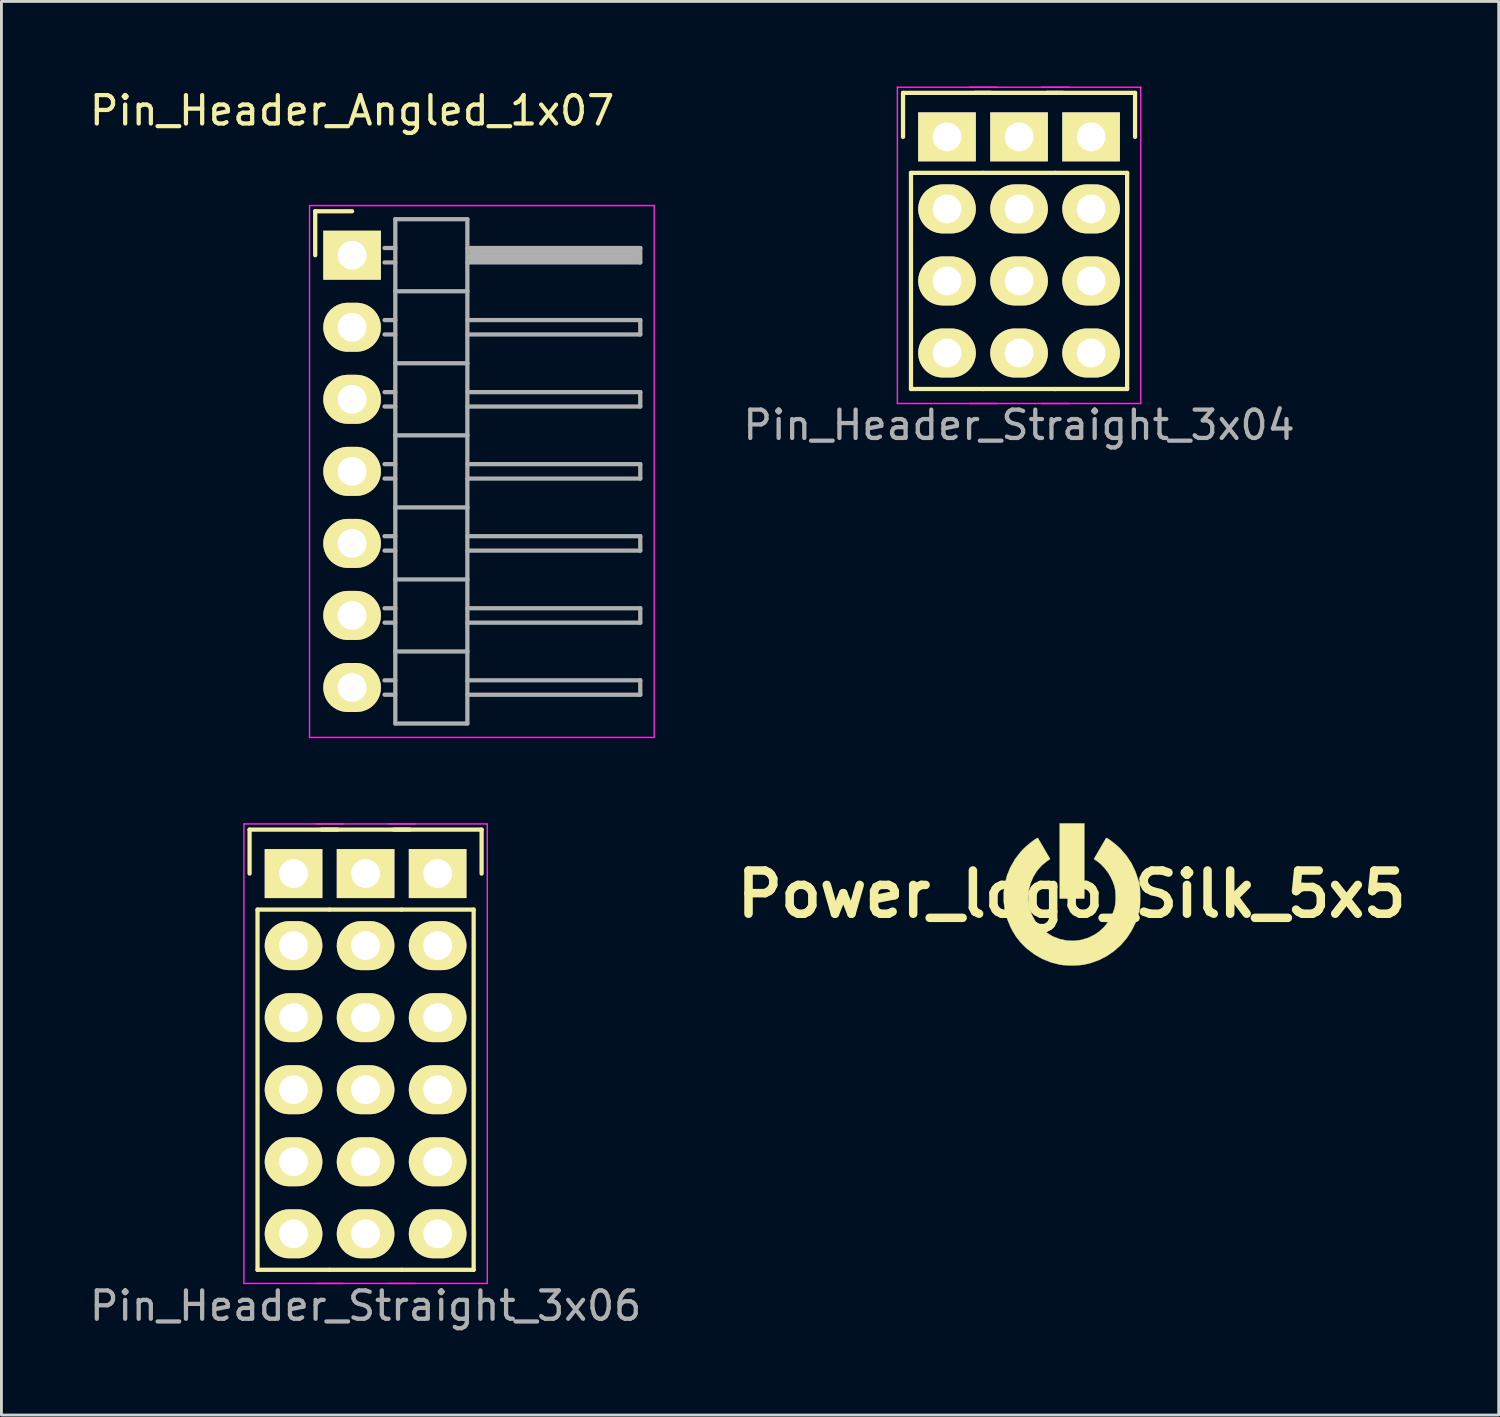
<source format=kicad_pcb>
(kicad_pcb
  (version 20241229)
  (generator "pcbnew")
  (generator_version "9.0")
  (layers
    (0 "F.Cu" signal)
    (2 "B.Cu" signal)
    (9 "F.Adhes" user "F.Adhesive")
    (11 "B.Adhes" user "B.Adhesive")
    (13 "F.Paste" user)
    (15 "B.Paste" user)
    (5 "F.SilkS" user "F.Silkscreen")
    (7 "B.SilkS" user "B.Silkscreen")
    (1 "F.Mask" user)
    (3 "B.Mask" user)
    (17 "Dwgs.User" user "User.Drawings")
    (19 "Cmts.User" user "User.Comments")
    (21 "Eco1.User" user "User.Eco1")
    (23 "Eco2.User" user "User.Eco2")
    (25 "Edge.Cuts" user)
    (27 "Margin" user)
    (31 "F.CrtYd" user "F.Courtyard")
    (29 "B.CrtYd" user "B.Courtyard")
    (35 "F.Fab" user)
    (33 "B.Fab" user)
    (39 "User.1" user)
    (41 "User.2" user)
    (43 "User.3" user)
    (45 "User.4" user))
  (footprint "Pin_Header_Straight_3x04"
    (layer "F.Cu")
    (at 32.877 4.315)
    (property "Reference" "Pin_Header_Straight_3x04" (at 0 7.62 0) (layer "F.Fab") (effects (font (size 1 1) (thickness 0.15))))
    (attr through_hole)
    (fp_line (start -4.09 -4.09) (end -0.99 -4.09) (stroke (width 0.15) (type solid)) (layer "F.SilkS"))
    (fp_line (start -4.09 -2.54) (end -4.09 -4.09) (stroke (width 0.15) (type solid)) (layer "F.SilkS"))
    (fp_line (start -3.81 -1.27) (end -3.81 6.35) (stroke (width 0.15) (type solid)) (layer "F.SilkS"))
    (fp_line (start -3.81 6.35) (end -1.27 6.35) (stroke (width 0.15) (type solid)) (layer "F.SilkS"))
    (fp_line (start -1.55 -4.09) (end 1.55 -4.09) (stroke (width 0.15) (type solid)) (layer "F.SilkS"))
    (fp_line (start -1.27 -1.27) (end -3.81 -1.27) (stroke (width 0.15) (type solid)) (layer "F.SilkS"))
    (fp_line (start -1.27 6.35) (end 1.27 6.35) (stroke (width 0.15) (type solid)) (layer "F.SilkS"))
    (fp_line (start 0.99 -4.09) (end 4.09 -4.09) (stroke (width 0.15) (type solid)) (layer "F.SilkS"))
    (fp_line (start 1.27 -1.27) (end -1.27 -1.27) (stroke (width 0.15) (type solid)) (layer "F.SilkS"))
    (fp_line (start 1.27 6.35) (end 3.81 6.35) (stroke (width 0.15) (type solid)) (layer "F.SilkS"))
    (fp_line (start 3.81 -1.27) (end 1.27 -1.27) (stroke (width 0.15) (type solid)) (layer "F.SilkS"))
    (fp_line (start 3.81 -1.27) (end 3.81 6.35) (stroke (width 0.15) (type solid)) (layer "F.SilkS"))
    (fp_line (start 4.09 -4.09) (end 4.09 -2.54) (stroke (width 0.15) (type solid)) (layer "F.SilkS"))
    (fp_line (start -4.29 -4.29) (end -4.29 6.86) (stroke (width 0.05) (type solid)) (layer "F.CrtYd"))
    (fp_line (start -4.29 -4.29) (end -0.79 -4.29) (stroke (width 0.05) (type solid)) (layer "F.CrtYd"))
    (fp_line (start -4.29 6.86) (end -0.79 6.86) (stroke (width 0.05) (type solid)) (layer "F.CrtYd"))
    (fp_line (start -1.75 -4.29) (end 1.75 -4.29) (stroke (width 0.05) (type solid)) (layer "F.CrtYd"))
    (fp_line (start -1.75 6.86) (end 1.75 6.86) (stroke (width 0.05) (type solid)) (layer "F.CrtYd"))
    (fp_line (start 0.79 -4.29) (end 4.29 -4.29) (stroke (width 0.05) (type solid)) (layer "F.CrtYd"))
    (fp_line (start 0.79 6.86) (end 4.29 6.86) (stroke (width 0.05) (type solid)) (layer "F.CrtYd"))
    (fp_line (start 4.29 -4.29) (end 4.29 6.86) (stroke (width 0.05) (type solid)) (layer "F.CrtYd"))
    (pad "1" thru_hole rect (at -2.54 -2.54) (size 2.032 1.727) (drill 1.016) (layers "*.Cu" "*.Mask" "F.SilkS"))
    (pad "2" thru_hole oval (at -2.54 0) (size 2.032 1.727) (drill 1.016) (layers "*.Cu" "*.Mask" "F.SilkS"))
    (pad "3" thru_hole oval (at -2.54 2.54) (size 2.032 1.727) (drill 1.016) (layers "*.Cu" "*.Mask" "F.SilkS"))
    (pad "4" thru_hole oval (at -2.54 5.08) (size 2.032 1.727) (drill 1.016) (layers "*.Cu" "*.Mask" "F.SilkS"))
    (pad "5" thru_hole rect (at 0 -2.54) (size 2.032 1.727) (drill 1.016) (layers "*.Cu" "*.Mask" "F.SilkS"))
    (pad "6" thru_hole oval (at 0 0) (size 2.032 1.727) (drill 1.016) (layers "*.Cu" "*.Mask" "F.SilkS"))
    (pad "7" thru_hole oval (at 0 2.54) (size 2.032 1.727) (drill 1.016) (layers "*.Cu" "*.Mask" "F.SilkS"))
    (pad "8" thru_hole oval (at 0 5.08) (size 2.032 1.727) (drill 1.016) (layers "*.Cu" "*.Mask" "F.SilkS"))
    (pad "9" thru_hole rect (at 2.54 -2.54) (size 2.032 1.727) (drill 1.016) (layers "*.Cu" "*.Mask" "F.SilkS"))
    (pad "10" thru_hole oval (at 2.54 0) (size 2.032 1.727) (drill 1.016) (layers "*.Cu" "*.Mask" "F.SilkS"))
    (pad "11" thru_hole oval (at 2.54 2.54) (size 2.032 1.727) (drill 1.016) (layers "*.Cu" "*.Mask" "F.SilkS"))
    (pad "12" thru_hole oval (at 2.54 5.08) (size 2.032 1.727) (drill 1.016) (layers "*.Cu" "*.Mask" "F.SilkS")))
  (footprint "Pin_Header_Straight_3x06"
    (layer "F.Cu")
    (at 9.839 35.368)
    (property "Reference" "Pin_Header_Straight_3x06" (at 0 7.62 0) (layer "F.Fab") (effects (font (size 1 1) (thickness 0.15))))
    (attr through_hole)
    (fp_line (start -4.09 -9.17) (end -0.99 -9.17) (stroke (width 0.15) (type solid)) (layer "F.SilkS"))
    (fp_line (start -4.09 -7.62) (end -4.09 -9.17) (stroke (width 0.15) (type solid)) (layer "F.SilkS"))
    (fp_line (start -3.81 6.35) (end -3.81 -6.35) (stroke (width 0.15) (type solid)) (layer "F.SilkS"))
    (fp_line (start -1.55 -9.17) (end 1.55 -9.17) (stroke (width 0.15) (type solid)) (layer "F.SilkS"))
    (fp_line (start -1.27 -6.35) (end -3.81 -6.35) (stroke (width 0.15) (type solid)) (layer "F.SilkS"))
    (fp_line (start -1.27 6.35) (end -3.81 6.35) (stroke (width 0.15) (type solid)) (layer "F.SilkS"))
    (fp_line (start 0.99 -9.17) (end 4.09 -9.17) (stroke (width 0.15) (type solid)) (layer "F.SilkS"))
    (fp_line (start 1.27 -6.35) (end -1.27 -6.35) (stroke (width 0.15) (type solid)) (layer "F.SilkS"))
    (fp_line (start 1.27 6.35) (end -1.27 6.35) (stroke (width 0.15) (type solid)) (layer "F.SilkS"))
    (fp_line (start 3.81 -6.35) (end 1.27 -6.35) (stroke (width 0.15) (type solid)) (layer "F.SilkS"))
    (fp_line (start 3.81 -6.35) (end 3.81 6.35) (stroke (width 0.15) (type solid)) (layer "F.SilkS"))
    (fp_line (start 3.81 6.35) (end 1.27 6.35) (stroke (width 0.15) (type solid)) (layer "F.SilkS"))
    (fp_line (start 4.09 -9.17) (end 4.09 -7.62) (stroke (width 0.15) (type solid)) (layer "F.SilkS"))
    (fp_line (start -4.29 -9.37) (end -4.29 6.83) (stroke (width 0.05) (type solid)) (layer "F.CrtYd"))
    (fp_line (start -4.29 -9.37) (end -0.79 -9.37) (stroke (width 0.05) (type solid)) (layer "F.CrtYd"))
    (fp_line (start -4.29 6.83) (end -0.79 6.83) (stroke (width 0.05) (type solid)) (layer "F.CrtYd"))
    (fp_line (start -1.75 -9.37) (end 1.75 -9.37) (stroke (width 0.05) (type solid)) (layer "F.CrtYd"))
    (fp_line (start -1.75 6.83) (end 1.75 6.83) (stroke (width 0.05) (type solid)) (layer "F.CrtYd"))
    (fp_line (start 0.79 -9.37) (end 4.29 -9.37) (stroke (width 0.05) (type solid)) (layer "F.CrtYd"))
    (fp_line (start 0.79 6.83) (end 4.29 6.83) (stroke (width 0.05) (type solid)) (layer "F.CrtYd"))
    (fp_line (start 4.29 -9.37) (end 4.29 6.83) (stroke (width 0.05) (type solid)) (layer "F.CrtYd"))
    (pad "1" thru_hole rect (at -2.54 -7.62) (size 2.032 1.727) (drill 1.016) (layers "*.Cu" "*.Mask" "F.SilkS"))
    (pad "2" thru_hole oval (at -2.54 -5.08) (size 2.032 1.727) (drill 1.016) (layers "*.Cu" "*.Mask" "F.SilkS"))
    (pad "3" thru_hole oval (at -2.54 -2.54) (size 2.032 1.727) (drill 1.016) (layers "*.Cu" "*.Mask" "F.SilkS"))
    (pad "4" thru_hole oval (at -2.54 0) (size 2.032 1.727) (drill 1.016) (layers "*.Cu" "*.Mask" "F.SilkS"))
    (pad "5" thru_hole oval (at -2.54 2.54) (size 2.032 1.727) (drill 1.016) (layers "*.Cu" "*.Mask" "F.SilkS"))
    (pad "6" thru_hole oval (at -2.54 5.08) (size 2.032 1.727) (drill 1.016) (layers "*.Cu" "*.Mask" "F.SilkS"))
    (pad "7" thru_hole rect (at 0 -7.62) (size 2.032 1.727) (drill 1.016) (layers "*.Cu" "*.Mask" "F.SilkS"))
    (pad "8" thru_hole oval (at 0 -5.08) (size 2.032 1.727) (drill 1.016) (layers "*.Cu" "*.Mask" "F.SilkS"))
    (pad "9" thru_hole oval (at 0 -2.54) (size 2.032 1.727) (drill 1.016) (layers "*.Cu" "*.Mask" "F.SilkS"))
    (pad "10" thru_hole oval (at 0 0) (size 2.032 1.727) (drill 1.016) (layers "*.Cu" "*.Mask" "F.SilkS"))
    (pad "11" thru_hole oval (at 0 2.54) (size 2.032 1.727) (drill 1.016) (layers "*.Cu" "*.Mask" "F.SilkS"))
    (pad "12" thru_hole oval (at 0 5.08) (size 2.032 1.727) (drill 1.016) (layers "*.Cu" "*.Mask" "F.SilkS"))
    (pad "13" thru_hole rect (at 2.54 -7.62) (size 2.032 1.727) (drill 1.016) (layers "*.Cu" "*.Mask" "F.SilkS"))
    (pad "14" thru_hole oval (at 2.54 -5.08) (size 2.032 1.727) (drill 1.016) (layers "*.Cu" "*.Mask" "F.SilkS"))
    (pad "15" thru_hole oval (at 2.54 -2.54) (size 2.032 1.727) (drill 1.016) (layers "*.Cu" "*.Mask" "F.SilkS"))
    (pad "16" thru_hole oval (at 2.54 0) (size 2.032 1.727) (drill 1.016) (layers "*.Cu" "*.Mask" "F.SilkS"))
    (pad "17" thru_hole oval (at 2.54 2.54) (size 2.032 1.727) (drill 1.016) (layers "*.Cu" "*.Mask" "F.SilkS"))
    (pad "18" thru_hole oval (at 2.54 5.08) (size 2.032 1.727) (drill 1.016) (layers "*.Cu" "*.Mask" "F.SilkS")))
  (footprint "Pin_Header_Angled_1x07"
    (layer "F.Cu")
    (at 9.363 5.948)
    (property "Reference" "Pin_Header_Angled_1x07" (at 0 -5.1 0) (layer "F.SilkS") (effects (font (size 1 1) (thickness 0.15))))
    (attr through_hole)
    (fp_line (start -1.3 -1.55) (end -1.3 0) (stroke (width 0.15) (type solid)) (layer "F.SilkS"))
    (fp_line (start 0 -1.55) (end -1.3 -1.55) (stroke (width 0.15) (type solid)) (layer "F.SilkS"))
    (fp_line (start -1.5 -1.75) (end -1.5 17) (stroke (width 0.05) (type solid)) (layer "F.CrtYd"))
    (fp_line (start -1.5 -1.75) (end 10.65 -1.75) (stroke (width 0.05) (type solid)) (layer "F.CrtYd"))
    (fp_line (start -1.5 17) (end 10.65 17) (stroke (width 0.05) (type solid)) (layer "F.CrtYd"))
    (fp_line (start 10.65 -1.75) (end 10.65 17) (stroke (width 0.05) (type solid)) (layer "F.CrtYd"))
    (fp_line (start 1.524 -1.27) (end 1.524 1.27) (stroke (width 0.15) (type solid)) (layer "F.Fab"))
    (fp_line (start 1.524 -1.27) (end 4.064 -1.27) (stroke (width 0.15) (type solid)) (layer "F.Fab"))
    (fp_line (start 1.524 -0.254) (end 1.143 -0.254) (stroke (width 0.15) (type solid)) (layer "F.Fab"))
    (fp_line (start 1.524 0.254) (end 1.143 0.254) (stroke (width 0.15) (type solid)) (layer "F.Fab"))
    (fp_line (start 1.524 1.27) (end 1.524 3.81) (stroke (width 0.15) (type solid)) (layer "F.Fab"))
    (fp_line (start 1.524 1.27) (end 4.064 1.27) (stroke (width 0.15) (type solid)) (layer "F.Fab"))
    (fp_line (start 1.524 2.286) (end 1.143 2.286) (stroke (width 0.15) (type solid)) (layer "F.Fab"))
    (fp_line (start 1.524 2.794) (end 1.143 2.794) (stroke (width 0.15) (type solid)) (layer "F.Fab"))
    (fp_line (start 1.524 3.81) (end 1.524 6.35) (stroke (width 0.15) (type solid)) (layer "F.Fab"))
    (fp_line (start 1.524 3.81) (end 4.064 3.81) (stroke (width 0.15) (type solid)) (layer "F.Fab"))
    (fp_line (start 1.524 4.826) (end 1.143 4.826) (stroke (width 0.15) (type solid)) (layer "F.Fab"))
    (fp_line (start 1.524 5.334) (end 1.143 5.334) (stroke (width 0.15) (type solid)) (layer "F.Fab"))
    (fp_line (start 1.524 6.35) (end 1.524 8.89) (stroke (width 0.15) (type solid)) (layer "F.Fab"))
    (fp_line (start 1.524 6.35) (end 4.064 6.35) (stroke (width 0.15) (type solid)) (layer "F.Fab"))
    (fp_line (start 1.524 7.366) (end 1.143 7.366) (stroke (width 0.15) (type solid)) (layer "F.Fab"))
    (fp_line (start 1.524 7.874) (end 1.143 7.874) (stroke (width 0.15) (type solid)) (layer "F.Fab"))
    (fp_line (start 1.524 8.89) (end 1.524 11.43) (stroke (width 0.15) (type solid)) (layer "F.Fab"))
    (fp_line (start 1.524 8.89) (end 4.064 8.89) (stroke (width 0.15) (type solid)) (layer "F.Fab"))
    (fp_line (start 1.524 9.906) (end 1.143 9.906) (stroke (width 0.15) (type solid)) (layer "F.Fab"))
    (fp_line (start 1.524 10.414) (end 1.143 10.414) (stroke (width 0.15) (type solid)) (layer "F.Fab"))
    (fp_line (start 1.524 11.43) (end 1.524 13.97) (stroke (width 0.15) (type solid)) (layer "F.Fab"))
    (fp_line (start 1.524 11.43) (end 4.064 11.43) (stroke (width 0.15) (type solid)) (layer "F.Fab"))
    (fp_line (start 1.524 12.446) (end 1.143 12.446) (stroke (width 0.15) (type solid)) (layer "F.Fab"))
    (fp_line (start 1.524 12.954) (end 1.143 12.954) (stroke (width 0.15) (type solid)) (layer "F.Fab"))
    (fp_line (start 1.524 13.97) (end 1.524 16.51) (stroke (width 0.15) (type solid)) (layer "F.Fab"))
    (fp_line (start 1.524 13.97) (end 4.064 13.97) (stroke (width 0.15) (type solid)) (layer "F.Fab"))
    (fp_line (start 1.524 14.986) (end 1.143 14.986) (stroke (width 0.15) (type solid)) (layer "F.Fab"))
    (fp_line (start 1.524 15.494) (end 1.143 15.494) (stroke (width 0.15) (type solid)) (layer "F.Fab"))
    (fp_line (start 1.524 16.51) (end 4.064 16.51) (stroke (width 0.15) (type solid)) (layer "F.Fab"))
    (fp_line (start 4.064 -0.254) (end 10.16 -0.254) (stroke (width 0.15) (type solid)) (layer "F.Fab"))
    (fp_line (start 4.064 1.27) (end 4.064 -1.27) (stroke (width 0.15) (type solid)) (layer "F.Fab"))
    (fp_line (start 4.064 2.286) (end 10.16 2.286) (stroke (width 0.15) (type solid)) (layer "F.Fab"))
    (fp_line (start 4.064 3.81) (end 4.064 1.27) (stroke (width 0.15) (type solid)) (layer "F.Fab"))
    (fp_line (start 4.064 4.826) (end 10.16 4.826) (stroke (width 0.15) (type solid)) (layer "F.Fab"))
    (fp_line (start 4.064 6.35) (end 4.064 3.81) (stroke (width 0.15) (type solid)) (layer "F.Fab"))
    (fp_line (start 4.064 7.366) (end 10.16 7.366) (stroke (width 0.15) (type solid)) (layer "F.Fab"))
    (fp_line (start 4.064 8.89) (end 4.064 6.35) (stroke (width 0.15) (type solid)) (layer "F.Fab"))
    (fp_line (start 4.064 9.906) (end 10.16 9.906) (stroke (width 0.15) (type solid)) (layer "F.Fab"))
    (fp_line (start 4.064 11.43) (end 4.064 8.89) (stroke (width 0.15) (type solid)) (layer "F.Fab"))
    (fp_line (start 4.064 12.446) (end 10.16 12.446) (stroke (width 0.15) (type solid)) (layer "F.Fab"))
    (fp_line (start 4.064 13.97) (end 4.064 11.43) (stroke (width 0.15) (type solid)) (layer "F.Fab"))
    (fp_line (start 4.064 14.986) (end 10.16 14.986) (stroke (width 0.15) (type solid)) (layer "F.Fab"))
    (fp_line (start 4.064 16.51) (end 4.064 13.97) (stroke (width 0.15) (type solid)) (layer "F.Fab"))
    (fp_line (start 4.191 -0.127) (end 10.033 -0.127) (stroke (width 0.15) (type solid)) (layer "F.Fab"))
    (fp_line (start 4.191 0) (end 10.033 0) (stroke (width 0.15) (type solid)) (layer "F.Fab"))
    (fp_line (start 4.191 0.127) (end 4.191 0) (stroke (width 0.15) (type solid)) (layer "F.Fab"))
    (fp_line (start 10.033 -0.127) (end 10.033 0.127) (stroke (width 0.15) (type solid)) (layer "F.Fab"))
    (fp_line (start 10.033 0.127) (end 4.191 0.127) (stroke (width 0.15) (type solid)) (layer "F.Fab"))
    (fp_line (start 10.16 -0.254) (end 10.16 0.254) (stroke (width 0.15) (type solid)) (layer "F.Fab"))
    (fp_line (start 10.16 0.254) (end 4.064 0.254) (stroke (width 0.15) (type solid)) (layer "F.Fab"))
    (fp_line (start 10.16 2.286) (end 10.16 2.794) (stroke (width 0.15) (type solid)) (layer "F.Fab"))
    (fp_line (start 10.16 2.794) (end 4.064 2.794) (stroke (width 0.15) (type solid)) (layer "F.Fab"))
    (fp_line (start 10.16 4.826) (end 10.16 5.334) (stroke (width 0.15) (type solid)) (layer "F.Fab"))
    (fp_line (start 10.16 5.334) (end 4.064 5.334) (stroke (width 0.15) (type solid)) (layer "F.Fab"))
    (fp_line (start 10.16 7.366) (end 10.16 7.874) (stroke (width 0.15) (type solid)) (layer "F.Fab"))
    (fp_line (start 10.16 7.874) (end 4.064 7.874) (stroke (width 0.15) (type solid)) (layer "F.Fab"))
    (fp_line (start 10.16 9.906) (end 10.16 10.414) (stroke (width 0.15) (type solid)) (layer "F.Fab"))
    (fp_line (start 10.16 10.414) (end 4.064 10.414) (stroke (width 0.15) (type solid)) (layer "F.Fab"))
    (fp_line (start 10.16 12.446) (end 10.16 12.954) (stroke (width 0.15) (type solid)) (layer "F.Fab"))
    (fp_line (start 10.16 12.954) (end 4.064 12.954) (stroke (width 0.15) (type solid)) (layer "F.Fab"))
    (fp_line (start 10.16 14.986) (end 10.16 15.494) (stroke (width 0.15) (type solid)) (layer "F.Fab"))
    (fp_line (start 10.16 15.494) (end 4.064 15.494) (stroke (width 0.15) (type solid)) (layer "F.Fab"))
    (pad "1" thru_hole rect (at 0 0) (size 2.032 1.727) (drill 1.016) (layers "*.Cu" "*.Mask" "F.SilkS"))
    (pad "2" thru_hole oval (at 0 2.54) (size 2.032 1.727) (drill 1.016) (layers "*.Cu" "*.Mask" "F.SilkS"))
    (pad "3" thru_hole oval (at 0 5.08) (size 2.032 1.727) (drill 1.016) (layers "*.Cu" "*.Mask" "F.SilkS"))
    (pad "4" thru_hole oval (at 0 7.62) (size 2.032 1.727) (drill 1.016) (layers "*.Cu" "*.Mask" "F.SilkS"))
    (pad "5" thru_hole oval (at 0 10.16) (size 2.032 1.727) (drill 1.016) (layers "*.Cu" "*.Mask" "F.SilkS"))
    (pad "6" thru_hole oval (at 0 12.7) (size 2.032 1.727) (drill 1.016) (layers "*.Cu" "*.Mask" "F.SilkS"))
    (pad "7" thru_hole oval (at 0 15.24) (size 2.032 1.727) (drill 1.016) (layers "*.Cu" "*.Mask" "F.SilkS")))
  (footprint "Power_logo_Silk_5x5"
    (layer "F.Cu")
    (at 34.733 28.474)
    (property "Reference" "Power_logo_Silk_5x5" (at 0 0 0) (layer "F.SilkS") (effects (font (size 1.524 1.524) (thickness 0.3))))
    (attr through_hole)
    (fp_poly (pts (xy 0.446 0.156) (xy -0.423 0.156) (xy -0.423 -2.495) (xy 0.446 -2.495) (xy 0.446 0.156)) (stroke (width 0.01) (type solid)) (fill yes) (layer "F.SilkS"))
    (fp_poly (pts (xy -1.194 -1.981) (xy -1.18 -1.96) (xy -1.148 -1.906) (xy -1.101 -1.826) (xy -1.042 -1.726) (xy -0.976 -1.611) (xy -0.973 -1.605) (xy -0.76 -1.239) (xy -0.866 -1.168) (xy -1.055 -1.014) (xy -1.217 -0.829) (xy -1.349 -0.62) (xy -1.448 -0.391) (xy -1.51 -0.151) (xy -1.533 0.095) (xy -1.529 0.216) (xy -1.488 0.477) (xy -1.406 0.721) (xy -1.287 0.944) (xy -1.132 1.143) (xy -0.943 1.316) (xy -0.723 1.458) (xy -0.657 1.492) (xy -0.415 1.585) (xy -0.166 1.635) (xy 0.086 1.644) (xy 0.336 1.612) (xy 0.579 1.54) (xy 0.809 1.427) (xy 0.982 1.307) (xy 1.162 1.136) (xy 1.314 0.934) (xy 1.433 0.707) (xy 1.486 0.568) (xy 1.514 0.474) (xy 1.531 0.388) (xy 1.541 0.293) (xy 1.546 0.174) (xy 1.546 0.134) (xy 1.544 -0.032) (xy 1.53 -0.17) (xy 1.502 -0.295) (xy 1.456 -0.425) (xy 1.39 -0.574) (xy 1.288 -0.751) (xy 1.159 -0.92) (xy 1.014 -1.069) (xy 0.887 -1.168) (xy 0.783 -1.239) (xy 0.995 -1.605) (xy 1.062 -1.72) (xy 1.121 -1.821) (xy 1.169 -1.903) (xy 1.202 -1.958) (xy 1.216 -1.981) (xy 1.216 -1.981) (xy 1.241 -1.976) (xy 1.292 -1.947) (xy 1.362 -1.899) (xy 1.444 -1.837) (xy 1.532 -1.767) (xy 1.617 -1.694) (xy 1.695 -1.623) (xy 1.72 -1.598) (xy 1.933 -1.353) (xy 2.11 -1.084) (xy 2.251 -0.789) (xy 2.356 -0.472) (xy 2.378 -0.383) (xy 2.394 -0.305) (xy 2.404 -0.226) (xy 2.41 -0.134) (xy 2.413 -0.019) (xy 2.414 0.111) (xy 2.413 0.257) (xy 2.41 0.368) (xy 2.403 0.458) (xy 2.392 0.537) (xy 2.376 0.616) (xy 2.356 0.695) (xy 2.251 1.005) (xy 2.109 1.293) (xy 1.934 1.559) (xy 1.727 1.798) (xy 1.493 2.007) (xy 1.233 2.185) (xy 0.952 2.328) (xy 0.652 2.434) (xy 0.426 2.485) (xy 0.272 2.504) (xy 0.093 2.513) (xy -0.093 2.513) (xy -0.269 2.503) (xy -0.416 2.485) (xy -0.727 2.406) (xy -1.026 2.286) (xy -1.308 2.127) (xy -1.567 1.931) (xy -1.647 1.859) (xy -1.815 1.686) (xy -1.957 1.504) (xy -2.083 1.301) (xy -2.151 1.17) (xy -2.276 0.87) (xy -2.358 0.562) (xy -2.398 0.25) (xy -2.398 -0.062) (xy -2.357 -0.37) (xy -2.276 -0.671) (xy -2.156 -0.96) (xy -1.998 -1.234) (xy -1.802 -1.489) (xy -1.694 -1.603) (xy -1.622 -1.671) (xy -1.539 -1.743) (xy -1.452 -1.814) (xy -1.367 -1.879) (xy -1.292 -1.932) (xy -1.233 -1.968) (xy -1.199 -1.983) (xy -1.194 -1.981)) (stroke (width 0.01) (type solid)) (fill yes) (layer "F.SilkS")))
  (gr_rect
    (start -3 -3)
    (end 49.787 46.837)
    (stroke (width 0.1) (type default))
    (fill no)
    (layer "Edge.Cuts")))
</source>
